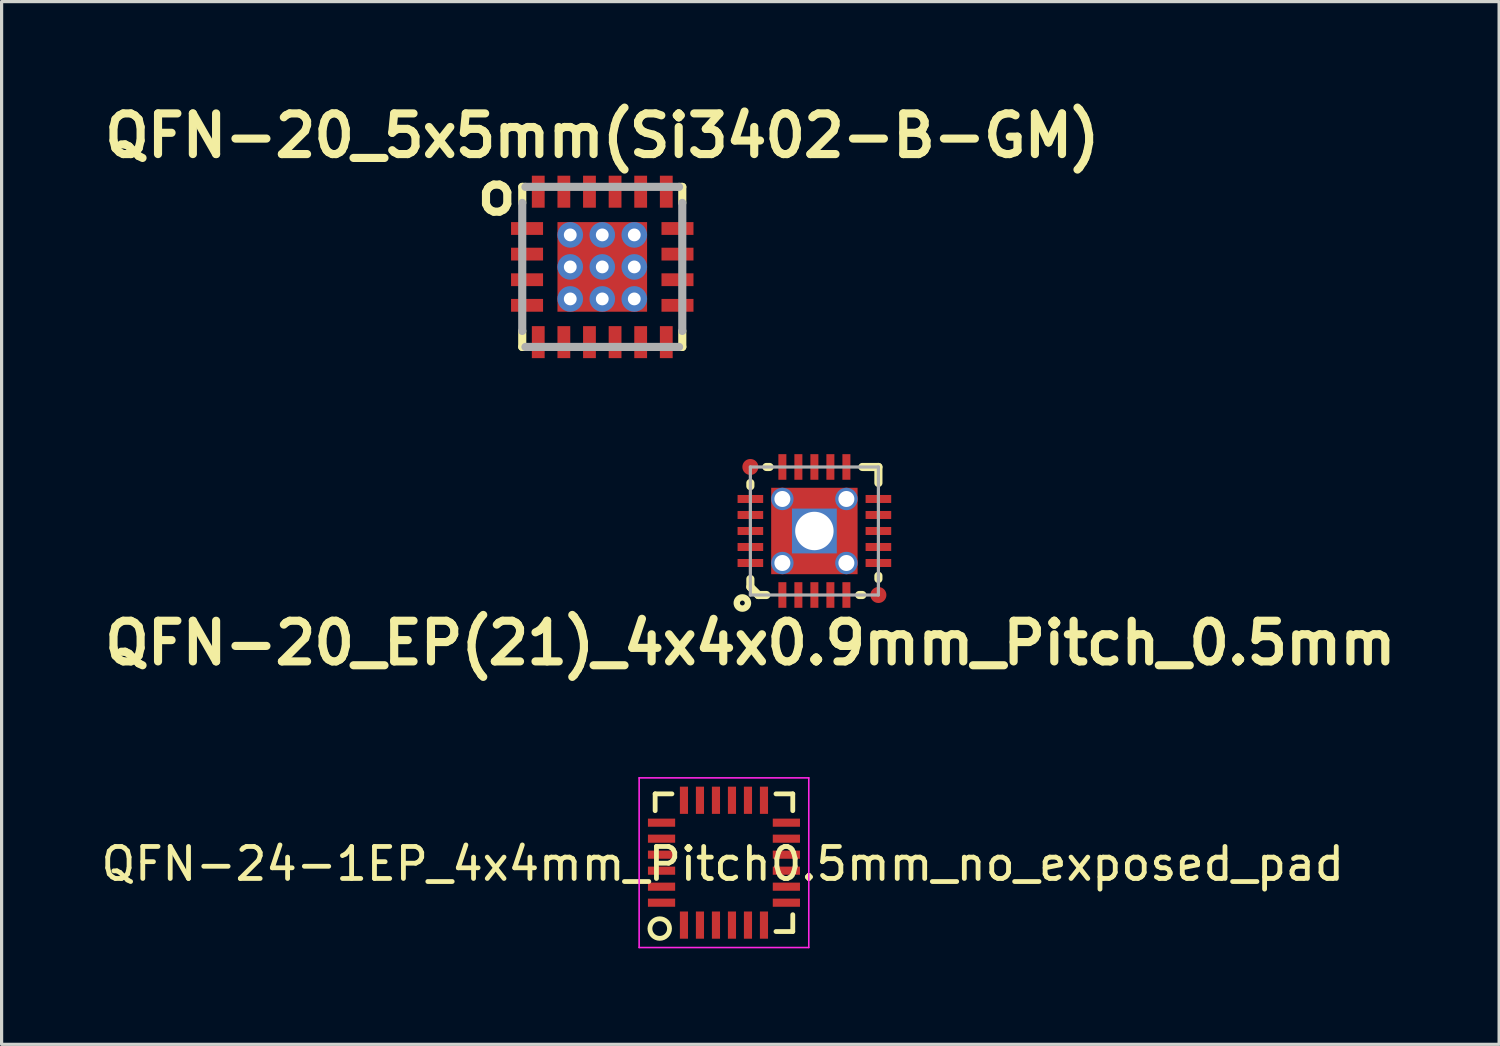
<source format=kicad_pcb>
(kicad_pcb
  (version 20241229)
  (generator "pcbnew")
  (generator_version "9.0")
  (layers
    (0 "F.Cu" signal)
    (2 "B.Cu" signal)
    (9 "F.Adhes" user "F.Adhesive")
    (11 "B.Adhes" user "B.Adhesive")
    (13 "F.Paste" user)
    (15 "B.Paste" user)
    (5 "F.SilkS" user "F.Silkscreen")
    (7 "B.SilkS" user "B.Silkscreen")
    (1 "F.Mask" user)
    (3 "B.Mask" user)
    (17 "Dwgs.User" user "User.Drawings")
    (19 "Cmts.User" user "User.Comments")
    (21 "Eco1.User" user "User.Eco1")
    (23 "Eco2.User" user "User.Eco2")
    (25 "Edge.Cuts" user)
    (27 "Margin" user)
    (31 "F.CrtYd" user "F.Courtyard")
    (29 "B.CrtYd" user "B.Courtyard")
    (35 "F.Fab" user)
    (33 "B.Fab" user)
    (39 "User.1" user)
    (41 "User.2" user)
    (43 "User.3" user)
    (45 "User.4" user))
  (footprint "QFN-24-1EP_4x4mm_Pitch0.5mm_no_exposed_pad"
    (layer "F.Cu")
    (at 19.555 23.915)
    (property "Reference" "QFN-24-1EP_4x4mm_Pitch0.5mm_no_exposed_pad" (at -0.025 0.025 180) (layer "F.SilkS") (effects (font (size 1 1) (thickness 0.15))))
    (attr smd)
    (fp_line (start -2.137 -2.163) (end -2.137 -1.638) (stroke (width 0.15) (type solid)) (layer "F.SilkS"))
    (fp_line (start -2.137 -2.163) (end -1.612 -2.163) (stroke (width 0.15) (type solid)) (layer "F.SilkS"))
    (fp_line (start 2.163 -2.163) (end 1.638 -2.163) (stroke (width 0.15) (type solid)) (layer "F.SilkS"))
    (fp_line (start 2.163 -2.163) (end 2.163 -1.638) (stroke (width 0.15) (type solid)) (layer "F.SilkS"))
    (fp_line (start 2.163 2.137) (end 1.638 2.137) (stroke (width 0.15) (type solid)) (layer "F.SilkS"))
    (fp_line (start 2.163 2.137) (end 2.163 1.612) (stroke (width 0.15) (type solid)) (layer "F.SilkS"))
    (fp_circle (center -1.994 2.045) (end -1.791 1.816) (stroke (width 0.15) (type solid)) (fill no) (layer "F.SilkS"))
    (fp_line (start -2.637 -2.663) (end 2.663 -2.663) (stroke (width 0.05) (type solid)) (layer "F.CrtYd"))
    (fp_line (start -2.637 2.637) (end -2.637 -2.663) (stroke (width 0.05) (type solid)) (layer "F.CrtYd"))
    (fp_line (start -2.637 2.637) (end 2.663 2.637) (stroke (width 0.05) (type solid)) (layer "F.CrtYd"))
    (fp_line (start 2.663 2.637) (end 2.663 -2.663) (stroke (width 0.05) (type solid)) (layer "F.CrtYd"))
    (pad "1" smd rect (at -1.237 1.937 90) (size 0.85 0.254) (layers "F.Cu" "F.Mask" "F.Paste"))
    (pad "2" smd rect (at -0.737 1.937 90) (size 0.85 0.254) (layers "F.Cu" "F.Mask" "F.Paste"))
    (pad "3" smd rect (at -0.237 1.937 90) (size 0.85 0.254) (layers "F.Cu" "F.Mask" "F.Paste"))
    (pad "4" smd rect (at 0.263 1.937 90) (size 0.85 0.254) (layers "F.Cu" "F.Mask" "F.Paste"))
    (pad "5" smd rect (at 0.763 1.937 90) (size 0.85 0.254) (layers "F.Cu" "F.Mask" "F.Paste"))
    (pad "6" smd rect (at 1.263 1.937 90) (size 0.85 0.254) (layers "F.Cu" "F.Mask" "F.Paste"))
    (pad "7" smd rect (at 1.963 1.237 180) (size 0.85 0.254) (layers "F.Cu" "F.Mask" "F.Paste"))
    (pad "8" smd rect (at 1.963 0.737 180) (size 0.85 0.254) (layers "F.Cu" "F.Mask" "F.Paste"))
    (pad "9" smd rect (at 1.963 0.237 180) (size 0.85 0.254) (layers "F.Cu" "F.Mask" "F.Paste"))
    (pad "10" smd rect (at 1.963 -0.263 180) (size 0.85 0.254) (layers "F.Cu" "F.Mask" "F.Paste"))
    (pad "11" smd rect (at 1.963 -0.763 180) (size 0.85 0.254) (layers "F.Cu" "F.Mask" "F.Paste"))
    (pad "12" smd rect (at 1.963 -1.263 180) (size 0.85 0.254) (layers "F.Cu" "F.Mask" "F.Paste"))
    (pad "13" smd rect (at 1.263 -1.963 90) (size 0.85 0.254) (layers "F.Cu" "F.Mask" "F.Paste"))
    (pad "14" smd rect (at 0.763 -1.963 90) (size 0.85 0.254) (layers "F.Cu" "F.Mask" "F.Paste"))
    (pad "15" smd rect (at 0.263 -1.963 90) (size 0.85 0.254) (layers "F.Cu" "F.Mask" "F.Paste"))
    (pad "16" smd rect (at -0.237 -1.963 90) (size 0.85 0.254) (layers "F.Cu" "F.Mask" "F.Paste"))
    (pad "17" smd rect (at -0.737 -1.963 90) (size 0.85 0.254) (layers "F.Cu" "F.Mask" "F.Paste"))
    (pad "18" smd rect (at -1.237 -1.963 90) (size 0.85 0.254) (layers "F.Cu" "F.Mask" "F.Paste"))
    (pad "19" smd rect (at -1.937 -1.263 180) (size 0.85 0.254) (layers "F.Cu" "F.Mask" "F.Paste"))
    (pad "20" smd rect (at -1.937 -0.763 180) (size 0.85 0.254) (layers "F.Cu" "F.Mask" "F.Paste"))
    (pad "21" smd rect (at -1.937 -0.263 180) (size 0.85 0.254) (layers "F.Cu" "F.Mask" "F.Paste"))
    (pad "22" smd rect (at -1.937 0.237 180) (size 0.85 0.254) (layers "F.Cu" "F.Mask" "F.Paste"))
    (pad "23" smd rect (at -1.937 0.737 180) (size 0.85 0.254) (layers "F.Cu" "F.Mask" "F.Paste"))
    (pad "24" smd rect (at -1.937 1.237 180) (size 0.85 0.254) (layers "F.Cu" "F.Mask" "F.Paste")))
  (footprint "QFN-20_EP(21)_4x4x0.9mm_Pitch_0.5mm"
    (layer "F.Cu")
    (at 22.393 13.539)
    (property "Reference" "QFN-20_EP(21)_4x4x0.9mm_Pitch_0.5mm" (at -2 3.5 0) (layer "F.SilkS") (effects (font (size 1.27 1.27) (thickness 0.254))))
    (attr smd)
    (fp_line (start -2 -1.5) (end -2 -1.4) (stroke (width 0.254) (type solid)) (layer "F.SilkS"))
    (fp_line (start -2 1.5) (end -2 1.75) (stroke (width 0.254) (type solid)) (layer "F.SilkS"))
    (fp_line (start -2 1.75) (end -1.75 2) (stroke (width 0.254) (type solid)) (layer "F.SilkS"))
    (fp_line (start -1.75 2) (end -1.5 2) (stroke (width 0.254) (type solid)) (layer "F.SilkS"))
    (fp_line (start -1.4 -2) (end -1.5 -2) (stroke (width 0.254) (type solid)) (layer "F.SilkS"))
    (fp_line (start 1.4 2) (end 1.5 2) (stroke (width 0.254) (type solid)) (layer "F.SilkS"))
    (fp_line (start 2 -2) (end 1.5 -2) (stroke (width 0.254) (type solid)) (layer "F.SilkS"))
    (fp_line (start 2 -1.5) (end 2 -2) (stroke (width 0.254) (type solid)) (layer "F.SilkS"))
    (fp_line (start 2 1.5) (end 2 1.4) (stroke (width 0.254) (type solid)) (layer "F.SilkS"))
    (fp_circle (center -2.25 2.25) (end -2.374 2.374) (stroke (width 0.2) (type solid)) (fill no) (layer "F.SilkS"))
    (fp_line (start -2 -2) (end 2 -2) (stroke (width 0.1) (type solid)) (layer "F.Fab"))
    (fp_line (start -2 2) (end -2 -2) (stroke (width 0.1) (type solid)) (layer "F.Fab"))
    (fp_line (start 2 -2) (end 2 2) (stroke (width 0.1) (type solid)) (layer "F.Fab"))
    (fp_line (start 2 2) (end -2 2) (stroke (width 0.1) (type solid)) (layer "F.Fab"))
    (pad "" smd rect (at -1 0) (size 0.6 1) (layers "F.Paste"))
    (pad "" smd rect (at 0 -1 90) (size 0.6 1) (layers "F.Paste"))
    (pad "" smd rect (at 0 1 90) (size 0.6 1) (layers "F.Paste"))
    (pad "" smd rect (at 1 0) (size 0.6 1) (layers "F.Paste"))
    (pad "1" smd rect (at -1 2 90) (size 0.8 0.25) (layers "F.Cu" "F.Mask" "F.Paste"))
    (pad "2" smd rect (at -0.5 2 90) (size 0.8 0.25) (layers "F.Cu" "F.Mask" "F.Paste"))
    (pad "3" smd rect (at 0 2 90) (size 0.8 0.25) (layers "F.Cu" "F.Mask" "F.Paste"))
    (pad "4" smd rect (at 0.5 2 90) (size 0.8 0.25) (layers "F.Cu" "F.Mask" "F.Paste"))
    (pad "5" smd rect (at 1 2 90) (size 0.8 0.25) (layers "F.Cu" "F.Mask" "F.Paste"))
    (pad "6" smd rect (at 2 1 180) (size 0.8 0.25) (layers "F.Cu" "F.Mask" "F.Paste"))
    (pad "7" smd rect (at 2 0.5 180) (size 0.8 0.25) (layers "F.Cu" "F.Mask" "F.Paste"))
    (pad "8" smd rect (at 2 0 180) (size 0.8 0.25) (layers "F.Cu" "F.Mask" "F.Paste"))
    (pad "9" smd rect (at 2 -0.5 180) (size 0.8 0.25) (layers "F.Cu" "F.Mask" "F.Paste"))
    (pad "10" smd rect (at 2 -1 180) (size 0.8 0.25) (layers "F.Cu" "F.Mask" "F.Paste"))
    (pad "11" smd rect (at 1 -2 270) (size 0.8 0.25) (layers "F.Cu" "F.Mask" "F.Paste"))
    (pad "12" smd rect (at 0.5 -2 270) (size 0.8 0.25) (layers "F.Cu" "F.Mask" "F.Paste"))
    (pad "13" smd rect (at 0 -2 270) (size 0.8 0.25) (layers "F.Cu" "F.Mask" "F.Paste"))
    (pad "14" smd rect (at -0.5 -2 270) (size 0.8 0.25) (layers "F.Cu" "F.Mask" "F.Paste"))
    (pad "15" smd rect (at -1 -2 270) (size 0.8 0.25) (layers "F.Cu" "F.Mask" "F.Paste"))
    (pad "16" smd rect (at -2 -1) (size 0.8 0.25) (layers "F.Cu" "F.Mask" "F.Paste"))
    (pad "17" smd rect (at -2 -0.5) (size 0.8 0.25) (layers "F.Cu" "F.Mask" "F.Paste"))
    (pad "18" smd rect (at -2 0) (size 0.8 0.25) (layers "F.Cu" "F.Mask" "F.Paste"))
    (pad "19" smd rect (at -2 0.5) (size 0.8 0.25) (layers "F.Cu" "F.Mask" "F.Paste"))
    (pad "20" smd rect (at -2 1) (size 0.8 0.25) (layers "F.Cu" "F.Mask" "F.Paste"))
    (pad "21" thru_hole circle (at -1 -1) (size 0.7 0.7) (drill 0.5) (layers "*.Cu"))
    (pad "21" thru_hole circle (at -1 1) (size 0.7 0.7) (drill 0.5) (layers "*.Cu"))
    (pad "21" thru_hole rect (at 0 0) (size 1.4 1.4) (drill 1.2) (layers "*.Cu" "*.Mask"))
    (pad "21" smd rect (at 0 0) (size 2.7 2.7) (layers "F.Cu" "F.Mask"))
    (pad "21" thru_hole circle (at 1 -1) (size 0.7 0.7) (drill 0.5) (layers "*.Cu"))
    (pad "21" thru_hole circle (at 1 1) (size 0.7 0.7) (drill 0.5) (layers "*.Cu"))
    (pad "FID1" smd circle (at 2 2) (size 0.5 0.5) (layers "F.Cu" "F.Mask"))
    (pad "FID2" smd circle (at -2 -2) (size 0.5 0.5) (layers "F.Cu" "F.Mask")))
  (footprint "QFN-20_5x5mm(Si3402-B-GM)"
    (layer "F.Cu")
    (at 15.766 5.289)
    (property "Reference" "QFN-20_5x5mm(Si3402-B-GM)" (at 0 -4.1 0) (layer "F.SilkS") (effects (font (size 1.27 1.27) (thickness 0.254))))
    (attr smd)
    (fp_line (start -2.5 -2.5) (end -2.5 -2) (stroke (width 0.254) (type solid)) (layer "F.SilkS"))
    (fp_line (start -2.5 2) (end -2.5 2.5) (stroke (width 0.254) (type solid)) (layer "F.SilkS"))
    (fp_line (start -2.5 2.5) (end -2.4 2.5) (stroke (width 0.254) (type solid)) (layer "F.SilkS"))
    (fp_line (start -2.4 -2.5) (end -2.5 -2.5) (stroke (width 0.254) (type solid)) (layer "F.SilkS"))
    (fp_line (start 2.4 2.5) (end 2.5 2.5) (stroke (width 0.254) (type solid)) (layer "F.SilkS"))
    (fp_line (start 2.5 -2.5) (end 2.4 -2.5) (stroke (width 0.254) (type solid)) (layer "F.SilkS"))
    (fp_line (start 2.5 -2) (end 2.5 -2.5) (stroke (width 0.254) (type solid)) (layer "F.SilkS"))
    (fp_line (start 2.5 2.5) (end 2.5 2) (stroke (width 0.254) (type solid)) (layer "F.SilkS"))
    (fp_poly (pts (xy -1.3 -0.35) (xy -1.3 -0.65) (xy 1.3 -0.65) (xy 1.3 -0.35)) (stroke (width 0.1) (type solid)) (fill yes) (layer "F.Paste"))
    (fp_poly (pts (xy -1.3 0.65) (xy -1.3 0.35) (xy 1.3 0.35) (xy 1.3 0.65)) (stroke (width 0.1) (type solid)) (fill yes) (layer "F.Paste"))
    (fp_poly (pts (xy -0.75 -1.3) (xy -0.25 -1.3) (xy -0.25 -1.05) (xy -0.75 -1.05)) (stroke (width 0.1) (type solid)) (fill yes) (layer "F.Paste"))
    (fp_poly (pts (xy -0.75 1.05) (xy -0.25 1.05) (xy -0.25 1.3) (xy -0.75 1.3)) (stroke (width 0.1) (type solid)) (fill yes) (layer "F.Paste"))
    (fp_poly (pts (xy 0.25 -1.3) (xy 0.75 -1.3) (xy 0.75 -1.05) (xy 0.25 -1.05)) (stroke (width 0.1) (type solid)) (fill yes) (layer "F.Paste"))
    (fp_poly (pts (xy 0.25 1.05) (xy 0.75 1.05) (xy 0.75 1.3) (xy 0.25 1.3)) (stroke (width 0.1) (type solid)) (fill yes) (layer "F.Paste"))
    (fp_line (start -2.5 -2) (end -2.5 2) (stroke (width 0.254) (type solid)) (layer "F.Fab"))
    (fp_line (start -2.4 -2.5) (end 2.4 -2.5) (stroke (width 0.254) (type solid)) (layer "F.Fab"))
    (fp_line (start -2.4 2.5) (end 2.4 2.5) (stroke (width 0.254) (type solid)) (layer "F.Fab"))
    (fp_line (start 2.5 -2) (end 2.5 2) (stroke (width 0.254) (type solid)) (layer "F.Fab"))
    (fp_text user "o" (at -3.3 -2.3 0) (layer "F.SilkS") (effects (font (size 1.27 1.27) (thickness 0.254))))
    (pad "1" smd rect (at -2.35 -1.2 90) (size 0.4 1) (layers "F.Cu" "F.Mask" "F.Paste"))
    (pad "2" smd rect (at -2.35 -0.4 90) (size 0.4 1) (layers "F.Cu" "F.Mask" "F.Paste"))
    (pad "3" smd rect (at -2.35 0.4 90) (size 0.4 1) (layers "F.Cu" "F.Mask" "F.Paste"))
    (pad "4" smd rect (at -2.35 1.2 90) (size 0.4 1) (layers "F.Cu" "F.Mask" "F.Paste"))
    (pad "5" smd rect (at -2 2.35 180) (size 0.4 1) (layers "F.Cu" "F.Mask" "F.Paste"))
    (pad "6" smd rect (at -1.2 2.35 180) (size 0.4 1) (layers "F.Cu" "F.Mask" "F.Paste"))
    (pad "7" smd rect (at -0.4 2.35 180) (size 0.4 1) (layers "F.Cu" "F.Mask" "F.Paste"))
    (pad "8" smd rect (at 0.4 2.35 180) (size 0.4 1) (layers "F.Cu" "F.Mask" "F.Paste"))
    (pad "9" smd rect (at 1.2 2.35 180) (size 0.4 1) (layers "F.Cu" "F.Mask" "F.Paste"))
    (pad "10" smd rect (at 2 2.35 180) (size 0.4 1) (layers "F.Cu" "F.Mask" "F.Paste"))
    (pad "11" smd rect (at 2.35 1.2 90) (size 0.4 1) (layers "F.Cu" "F.Mask" "F.Paste"))
    (pad "12" smd rect (at 2.35 0.4 90) (size 0.4 1) (layers "F.Cu" "F.Mask" "F.Paste"))
    (pad "13" smd rect (at 2.35 -0.4 90) (size 0.4 1) (layers "F.Cu" "F.Mask" "F.Paste"))
    (pad "14" smd rect (at 2.35 -1.2 90) (size 0.4 1) (layers "F.Cu" "F.Mask" "F.Paste"))
    (pad "15" smd rect (at 2 -2.35 180) (size 0.4 1) (layers "F.Cu" "F.Mask" "F.Paste"))
    (pad "16" smd rect (at 1.2 -2.35 180) (size 0.4 1) (layers "F.Cu" "F.Mask" "F.Paste"))
    (pad "17" smd rect (at 0.4 -2.35 180) (size 0.4 1) (layers "F.Cu" "F.Mask" "F.Paste"))
    (pad "18" smd rect (at -0.4 -2.35 180) (size 0.4 1) (layers "F.Cu" "F.Mask" "F.Paste"))
    (pad "19" smd rect (at -1.2 -2.35 180) (size 0.4 1) (layers "F.Cu" "F.Mask" "F.Paste"))
    (pad "20" smd rect (at -2 -2.35 180) (size 0.4 1) (layers "F.Cu" "F.Mask" "F.Paste"))
    (pad "21" thru_hole circle (at -1 -1) (size 0.8 0.8) (drill 0.4) (layers "*.Cu"))
    (pad "21" thru_hole circle (at -1 0) (size 0.8 0.8) (drill 0.4) (layers "*.Cu"))
    (pad "21" thru_hole circle (at -1 1) (size 0.8 0.8) (drill 0.4) (layers "*.Cu"))
    (pad "21" thru_hole circle (at 0 -1) (size 0.8 0.8) (drill 0.4) (layers "*.Cu"))
    (pad "21" thru_hole circle (at 0 0) (size 0.8 0.8) (drill 0.4) (layers "*.Cu"))
    (pad "21" smd rect (at 0 0) (size 2.8 2.8) (layers "*.Mask" "F.Cu"))
    (pad "21" thru_hole circle (at 0 1) (size 0.8 0.8) (drill 0.4) (layers "*.Cu"))
    (pad "21" thru_hole circle (at 1 -1) (size 0.8 0.8) (drill 0.4) (layers "*.Cu"))
    (pad "21" thru_hole circle (at 1 0) (size 0.8 0.8) (drill 0.4) (layers "*.Cu"))
    (pad "21" thru_hole circle (at 1 1) (size 0.8 0.8) (drill 0.4) (layers "*.Cu")))
  (gr_rect
    (start -3 -3)
    (end 43.785 29.577)
    (stroke (width 0.1) (type default))
    (fill no)
    (layer "Edge.Cuts")))
</source>
